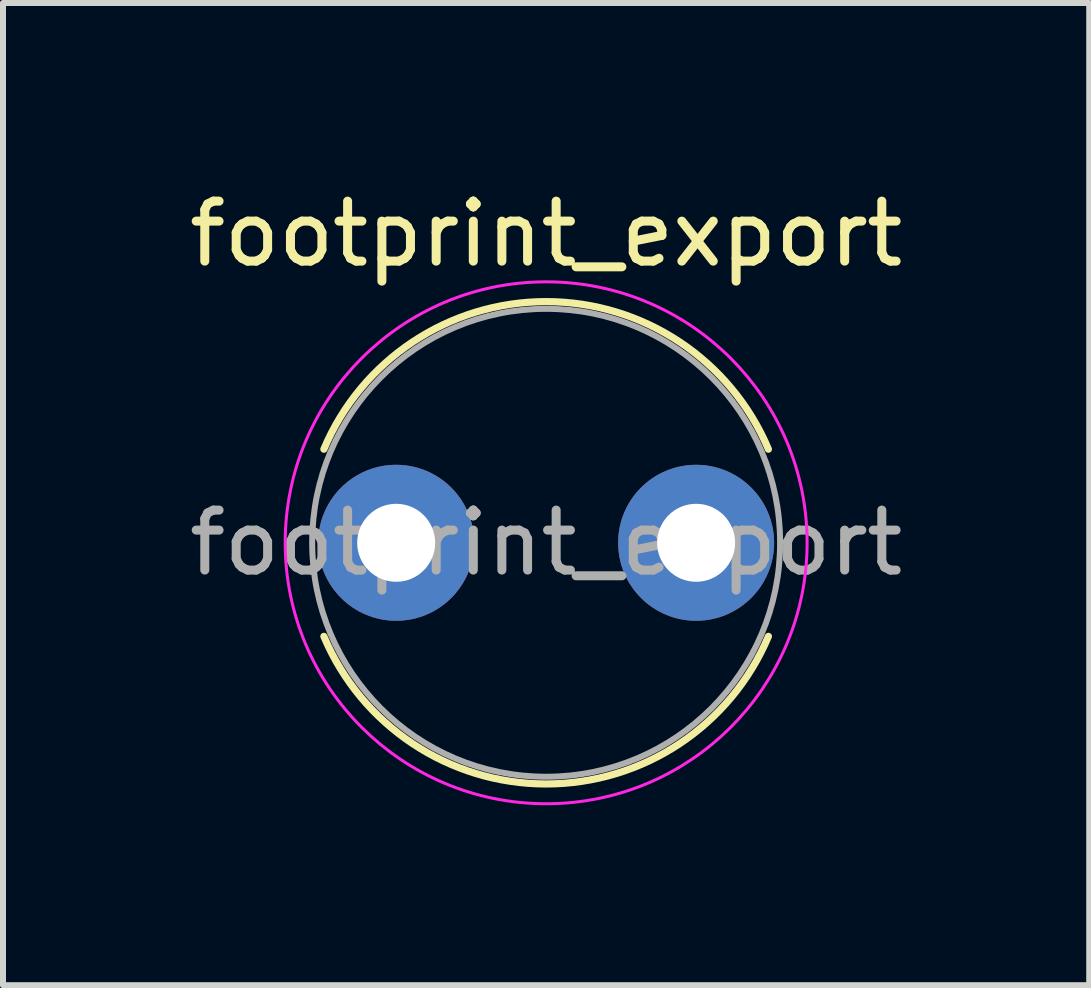
<source format=kicad_pcb>
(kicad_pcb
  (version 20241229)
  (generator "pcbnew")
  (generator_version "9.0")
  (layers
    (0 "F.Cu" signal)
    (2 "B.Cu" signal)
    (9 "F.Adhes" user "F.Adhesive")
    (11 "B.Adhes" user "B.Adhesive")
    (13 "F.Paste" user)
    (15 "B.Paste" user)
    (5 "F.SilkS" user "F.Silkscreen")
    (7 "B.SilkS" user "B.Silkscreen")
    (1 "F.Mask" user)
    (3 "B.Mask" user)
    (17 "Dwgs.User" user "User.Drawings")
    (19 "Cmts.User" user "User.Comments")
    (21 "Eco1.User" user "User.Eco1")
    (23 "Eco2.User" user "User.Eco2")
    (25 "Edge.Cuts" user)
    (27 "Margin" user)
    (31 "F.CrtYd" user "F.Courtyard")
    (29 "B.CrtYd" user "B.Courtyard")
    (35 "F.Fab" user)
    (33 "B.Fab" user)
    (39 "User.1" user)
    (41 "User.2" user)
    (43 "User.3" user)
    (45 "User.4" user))
  (footprint "footprint_export"
    (layer "F.Cu")
    (at 3.554 5.998)
    (property "Reference" "footprint_export" (at 2.5 -5.15 0) (layer "F.SilkS") (effects (font (size 1 1) (thickness 0.15))))
    (attr through_hole)
    (fp_arc (start -1.20497 -1.56) (mid 2.5 -4.02) (end 6.20497 -1.56) (stroke (width 0.12) (type solid)) (layer "F.SilkS"))
    (fp_arc (start 6.20497 1.56) (mid 2.5 4.02) (end -1.20497 1.56) (stroke (width 0.12) (type solid)) (layer "F.SilkS"))
    (fp_circle (center 2.5 0) (end 6.85 0) (stroke (width 0.05) (type solid)) (fill no) (layer "F.CrtYd"))
    (fp_circle (center 2.5 0) (end 6.4 0) (stroke (width 0.1) (type solid)) (fill no) (layer "F.Fab"))
    (fp_text user "${REFERENCE}" (at 2.5 0 0) (layer "F.Fab") (effects (font (size 1 1) (thickness 0.15))))
    (pad "1" thru_hole circle (at 0 0) (size 2.6 2.6) (drill 1.3) (layers "*.Cu" "*.Mask"))
    (pad "2" thru_hole circle (at 5 0) (size 2.6 2.6) (drill 1.3) (layers "*.Cu" "*.Mask")))
  (gr_rect
    (start -3 -3)
    (end 15.107 13.373)
    (stroke (width 0.1) (type default))
    (fill no)
    (layer "Edge.Cuts")))
</source>
